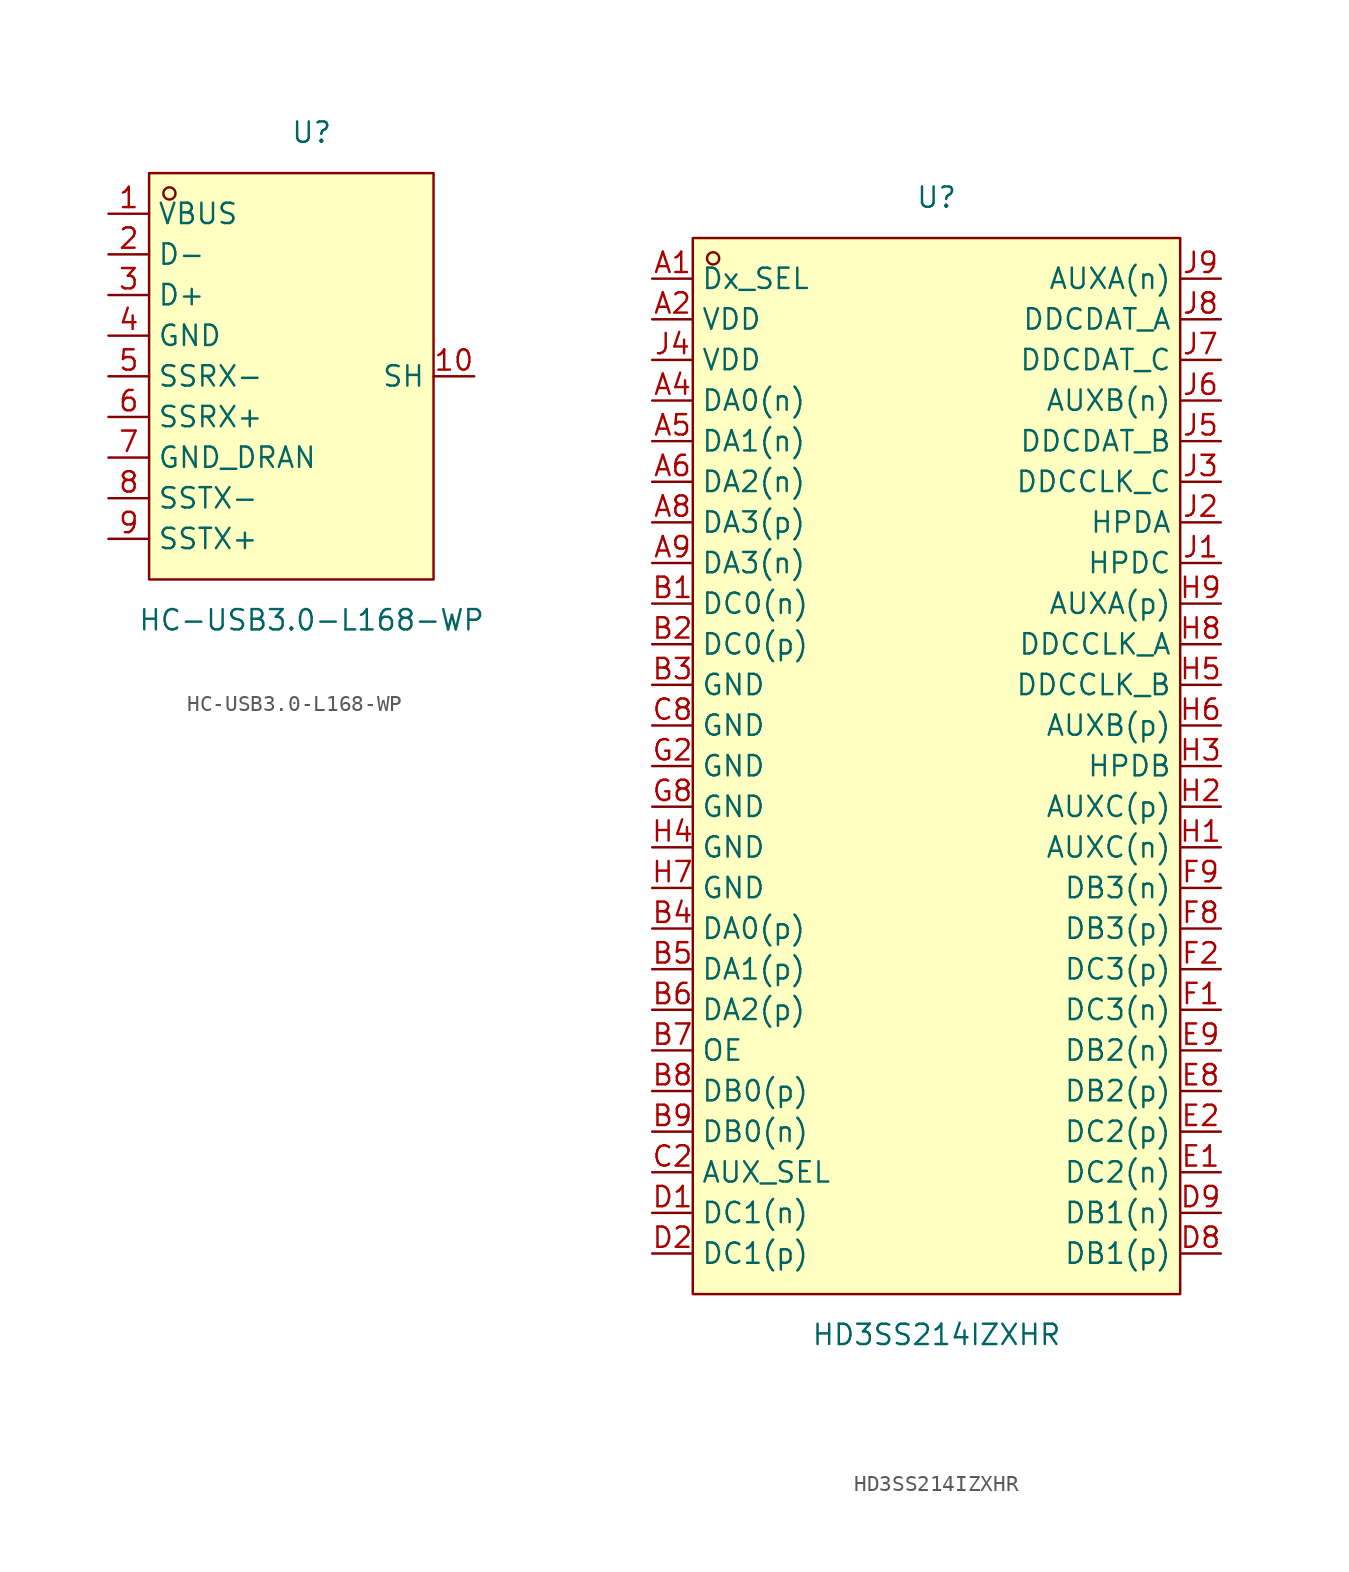
<source format=kicad_sym>
(kicad_symbol_lib
  (version 20241209)
  (generator "kicad_symbol_editor")
  (generator_version "9.0")
  (symbol "HC-USB3.0-L168-WP"
    (property "Reference" "U"
      (at 0 15.24 0)
      (effects (font (size 1.27 1.27))))
    (property "Value" "HC-USB3.0-L168-WP"
      (at 0 -15.24 0)
      (effects (font (size 1.27 1.27))))
    (symbol "HC-USB3.0-L168-WP_0_1"
      (rectangle (start -10.16 12.7) (end 7.62 -12.7) (stroke (width 0) (type default)) (fill (type background)))
      (circle (center -8.89 11.43) (radius 0.38) (stroke (width 0) (type default)) (fill (type none)))
      (pin unspecified line (at -12.7 10.16 0) (length 2.54) (name "VBUS" (effects (font (size 1.27 1.27)))) (number "1" (effects (font (size 1.27 1.27)))))
      (pin unspecified line (at -12.7 7.62 0) (length 2.54) (name "D-" (effects (font (size 1.27 1.27)))) (number "2" (effects (font (size 1.27 1.27)))))
      (pin unspecified line (at -12.7 5.08 0) (length 2.54) (name "D+" (effects (font (size 1.27 1.27)))) (number "3" (effects (font (size 1.27 1.27)))))
      (pin unspecified line (at -12.7 2.54 0) (length 2.54) (name "GND" (effects (font (size 1.27 1.27)))) (number "4" (effects (font (size 1.27 1.27)))))
      (pin unspecified line (at -12.7 0 0) (length 2.54) (name "SSRX-" (effects (font (size 1.27 1.27)))) (number "5" (effects (font (size 1.27 1.27)))))
      (pin unspecified line (at -12.7 -2.54 0) (length 2.54) (name "SSRX+" (effects (font (size 1.27 1.27)))) (number "6" (effects (font (size 1.27 1.27)))))
      (pin unspecified line (at -12.7 -5.08 0) (length 2.54) (name "GND_DRAN" (effects (font (size 1.27 1.27)))) (number "7" (effects (font (size 1.27 1.27)))))
      (pin unspecified line (at -12.7 -7.62 0) (length 2.54) (name "SSTX-" (effects (font (size 1.27 1.27)))) (number "8" (effects (font (size 1.27 1.27)))))
      (pin unspecified line (at -12.7 -10.16 0) (length 2.54) (name "SSTX+" (effects (font (size 1.27 1.27)))) (number "9" (effects (font (size 1.27 1.27)))))
      (pin unspecified line (at 10.16 0 180) (length 2.54) (name "SH" (effects (font (size 1.27 1.27)))) (number "10" (effects (font (size 1.27 1.27)))))))
  (symbol "HD3SS214IZXHR"
    (property "Reference" "U"
      (at 0 35.56 0)
      (effects (font (size 1.27 1.27))))
    (property "Value" "HD3SS214IZXHR"
      (at 0 -35.56 0)
      (effects (font (size 1.27 1.27))))
    (symbol "HD3SS214IZXHR_0_1"
      (rectangle (start -15.24 33.02) (end 15.24 -33.02) (stroke (width 0) (type default)) (fill (type background)))
      (circle (center -13.97 31.75) (radius 0.38) (stroke (width 0) (type default)) (fill (type none)))
      (pin unspecified line (at -17.78 30.48 0) (length 2.54) (name "Dx_SEL" (effects (font (size 1.27 1.27)))) (number "A1" (effects (font (size 1.27 1.27)))))
      (pin unspecified line (at -17.78 27.94 0) (length 2.54) (name "VDD" (effects (font (size 1.27 1.27)))) (number "A2" (effects (font (size 1.27 1.27)))))
      (pin unspecified line (at -17.78 25.4 0) (length 2.54) (name "VDD" (effects (font (size 1.27 1.27)))) (number "J4" (effects (font (size 1.27 1.27)))))
      (pin unspecified line (at -17.78 22.86 0) (length 2.54) (name "DA0(n)" (effects (font (size 1.27 1.27)))) (number "A4" (effects (font (size 1.27 1.27)))))
      (pin unspecified line (at -17.78 20.32 0) (length 2.54) (name "DA1(n)" (effects (font (size 1.27 1.27)))) (number "A5" (effects (font (size 1.27 1.27)))))
      (pin unspecified line (at -17.78 17.78 0) (length 2.54) (name "DA2(n)" (effects (font (size 1.27 1.27)))) (number "A6" (effects (font (size 1.27 1.27)))))
      (pin unspecified line (at -17.78 15.24 0) (length 2.54) (name "DA3(p)" (effects (font (size 1.27 1.27)))) (number "A8" (effects (font (size 1.27 1.27)))))
      (pin unspecified line (at -17.78 12.7 0) (length 2.54) (name "DA3(n)" (effects (font (size 1.27 1.27)))) (number "A9" (effects (font (size 1.27 1.27)))))
      (pin unspecified line (at -17.78 10.16 0) (length 2.54) (name "DC0(n)" (effects (font (size 1.27 1.27)))) (number "B1" (effects (font (size 1.27 1.27)))))
      (pin unspecified line (at -17.78 7.62 0) (length 2.54) (name "DC0(p)" (effects (font (size 1.27 1.27)))) (number "B2" (effects (font (size 1.27 1.27)))))
      (pin unspecified line (at -17.78 5.08 0) (length 2.54) (name "GND" (effects (font (size 1.27 1.27)))) (number "B3" (effects (font (size 1.27 1.27)))))
      (pin unspecified line (at -17.78 2.54 0) (length 2.54) (name "GND" (effects (font (size 1.27 1.27)))) (number "C8" (effects (font (size 1.27 1.27)))))
      (pin unspecified line (at -17.78 0 0) (length 2.54) (name "GND" (effects (font (size 1.27 1.27)))) (number "G2" (effects (font (size 1.27 1.27)))))
      (pin unspecified line (at -17.78 -2.54 0) (length 2.54) (name "GND" (effects (font (size 1.27 1.27)))) (number "G8" (effects (font (size 1.27 1.27)))))
      (pin unspecified line (at -17.78 -5.08 0) (length 2.54) (name "GND" (effects (font (size 1.27 1.27)))) (number "H4" (effects (font (size 1.27 1.27)))))
      (pin unspecified line (at -17.78 -7.62 0) (length 2.54) (name "GND" (effects (font (size 1.27 1.27)))) (number "H7" (effects (font (size 1.27 1.27)))))
      (pin unspecified line (at -17.78 -10.16 0) (length 2.54) (name "DA0(p)" (effects (font (size 1.27 1.27)))) (number "B4" (effects (font (size 1.27 1.27)))))
      (pin unspecified line (at -17.78 -12.7 0) (length 2.54) (name "DA1(p)" (effects (font (size 1.27 1.27)))) (number "B5" (effects (font (size 1.27 1.27)))))
      (pin unspecified line (at -17.78 -15.24 0) (length 2.54) (name "DA2(p)" (effects (font (size 1.27 1.27)))) (number "B6" (effects (font (size 1.27 1.27)))))
      (pin unspecified line (at -17.78 -17.78 0) (length 2.54) (name "OE" (effects (font (size 1.27 1.27)))) (number "B7" (effects (font (size 1.27 1.27)))))
      (pin unspecified line (at -17.78 -20.32 0) (length 2.54) (name "DB0(p)" (effects (font (size 1.27 1.27)))) (number "B8" (effects (font (size 1.27 1.27)))))
      (pin unspecified line (at -17.78 -22.86 0) (length 2.54) (name "DB0(n)" (effects (font (size 1.27 1.27)))) (number "B9" (effects (font (size 1.27 1.27)))))
      (pin unspecified line (at -17.78 -25.4 0) (length 2.54) (name "AUX_SEL" (effects (font (size 1.27 1.27)))) (number "C2" (effects (font (size 1.27 1.27)))))
      (pin unspecified line (at -17.78 -27.94 0) (length 2.54) (name "DC1(n)" (effects (font (size 1.27 1.27)))) (number "D1" (effects (font (size 1.27 1.27)))))
      (pin unspecified line (at -17.78 -30.48 0) (length 2.54) (name "DC1(p)" (effects (font (size 1.27 1.27)))) (number "D2" (effects (font (size 1.27 1.27)))))
      (pin unspecified line (at 17.78 30.48 180) (length 2.54) (name "AUXA(n)" (effects (font (size 1.27 1.27)))) (number "J9" (effects (font (size 1.27 1.27)))))
      (pin unspecified line (at 17.78 27.94 180) (length 2.54) (name "DDCDAT_A" (effects (font (size 1.27 1.27)))) (number "J8" (effects (font (size 1.27 1.27)))))
      (pin unspecified line (at 17.78 25.4 180) (length 2.54) (name "DDCDAT_C" (effects (font (size 1.27 1.27)))) (number "J7" (effects (font (size 1.27 1.27)))))
      (pin unspecified line (at 17.78 22.86 180) (length 2.54) (name "AUXB(n)" (effects (font (size 1.27 1.27)))) (number "J6" (effects (font (size 1.27 1.27)))))
      (pin unspecified line (at 17.78 20.32 180) (length 2.54) (name "DDCDAT_B" (effects (font (size 1.27 1.27)))) (number "J5" (effects (font (size 1.27 1.27)))))
      (pin unspecified line (at 17.78 17.78 180) (length 2.54) (name "DDCCLK_C" (effects (font (size 1.27 1.27)))) (number "J3" (effects (font (size 1.27 1.27)))))
      (pin unspecified line (at 17.78 15.24 180) (length 2.54) (name "HPDA" (effects (font (size 1.27 1.27)))) (number "J2" (effects (font (size 1.27 1.27)))))
      (pin unspecified line (at 17.78 12.7 180) (length 2.54) (name "HPDC" (effects (font (size 1.27 1.27)))) (number "J1" (effects (font (size 1.27 1.27)))))
      (pin unspecified line (at 17.78 10.16 180) (length 2.54) (name "AUXA(p)" (effects (font (size 1.27 1.27)))) (number "H9" (effects (font (size 1.27 1.27)))))
      (pin unspecified line (at 17.78 7.62 180) (length 2.54) (name "DDCCLK_A" (effects (font (size 1.27 1.27)))) (number "H8" (effects (font (size 1.27 1.27)))))
      (pin unspecified line (at 17.78 5.08 180) (length 2.54) (name "DDCCLK_B" (effects (font (size 1.27 1.27)))) (number "H5" (effects (font (size 1.27 1.27)))))
      (pin unspecified line (at 17.78 2.54 180) (length 2.54) (name "AUXB(p)" (effects (font (size 1.27 1.27)))) (number "H6" (effects (font (size 1.27 1.27)))))
      (pin unspecified line (at 17.78 0 180) (length 2.54) (name "HPDB" (effects (font (size 1.27 1.27)))) (number "H3" (effects (font (size 1.27 1.27)))))
      (pin unspecified line (at 17.78 -2.54 180) (length 2.54) (name "AUXC(p)" (effects (font (size 1.27 1.27)))) (number "H2" (effects (font (size 1.27 1.27)))))
      (pin unspecified line (at 17.78 -5.08 180) (length 2.54) (name "AUXC(n)" (effects (font (size 1.27 1.27)))) (number "H1" (effects (font (size 1.27 1.27)))))
      (pin unspecified line (at 17.78 -7.62 180) (length 2.54) (name "DB3(n)" (effects (font (size 1.27 1.27)))) (number "F9" (effects (font (size 1.27 1.27)))))
      (pin unspecified line (at 17.78 -10.16 180) (length 2.54) (name "DB3(p)" (effects (font (size 1.27 1.27)))) (number "F8" (effects (font (size 1.27 1.27)))))
      (pin unspecified line (at 17.78 -12.7 180) (length 2.54) (name "DC3(p)" (effects (font (size 1.27 1.27)))) (number "F2" (effects (font (size 1.27 1.27)))))
      (pin unspecified line (at 17.78 -15.24 180) (length 2.54) (name "DC3(n)" (effects (font (size 1.27 1.27)))) (number "F1" (effects (font (size 1.27 1.27)))))
      (pin unspecified line (at 17.78 -17.78 180) (length 2.54) (name "DB2(n)" (effects (font (size 1.27 1.27)))) (number "E9" (effects (font (size 1.27 1.27)))))
      (pin unspecified line (at 17.78 -20.32 180) (length 2.54) (name "DB2(p)" (effects (font (size 1.27 1.27)))) (number "E8" (effects (font (size 1.27 1.27)))))
      (pin unspecified line (at 17.78 -22.86 180) (length 2.54) (name "DC2(p)" (effects (font (size 1.27 1.27)))) (number "E2" (effects (font (size 1.27 1.27)))))
      (pin unspecified line (at 17.78 -25.4 180) (length 2.54) (name "DC2(n)" (effects (font (size 1.27 1.27)))) (number "E1" (effects (font (size 1.27 1.27)))))
      (pin unspecified line (at 17.78 -27.94 180) (length 2.54) (name "DB1(n)" (effects (font (size 1.27 1.27)))) (number "D9" (effects (font (size 1.27 1.27)))))
      (pin unspecified line (at 17.78 -30.48 180) (length 2.54) (name "DB1(p)" (effects (font (size 1.27 1.27)))) (number "D8" (effects (font (size 1.27 1.27))))))))
</source>
